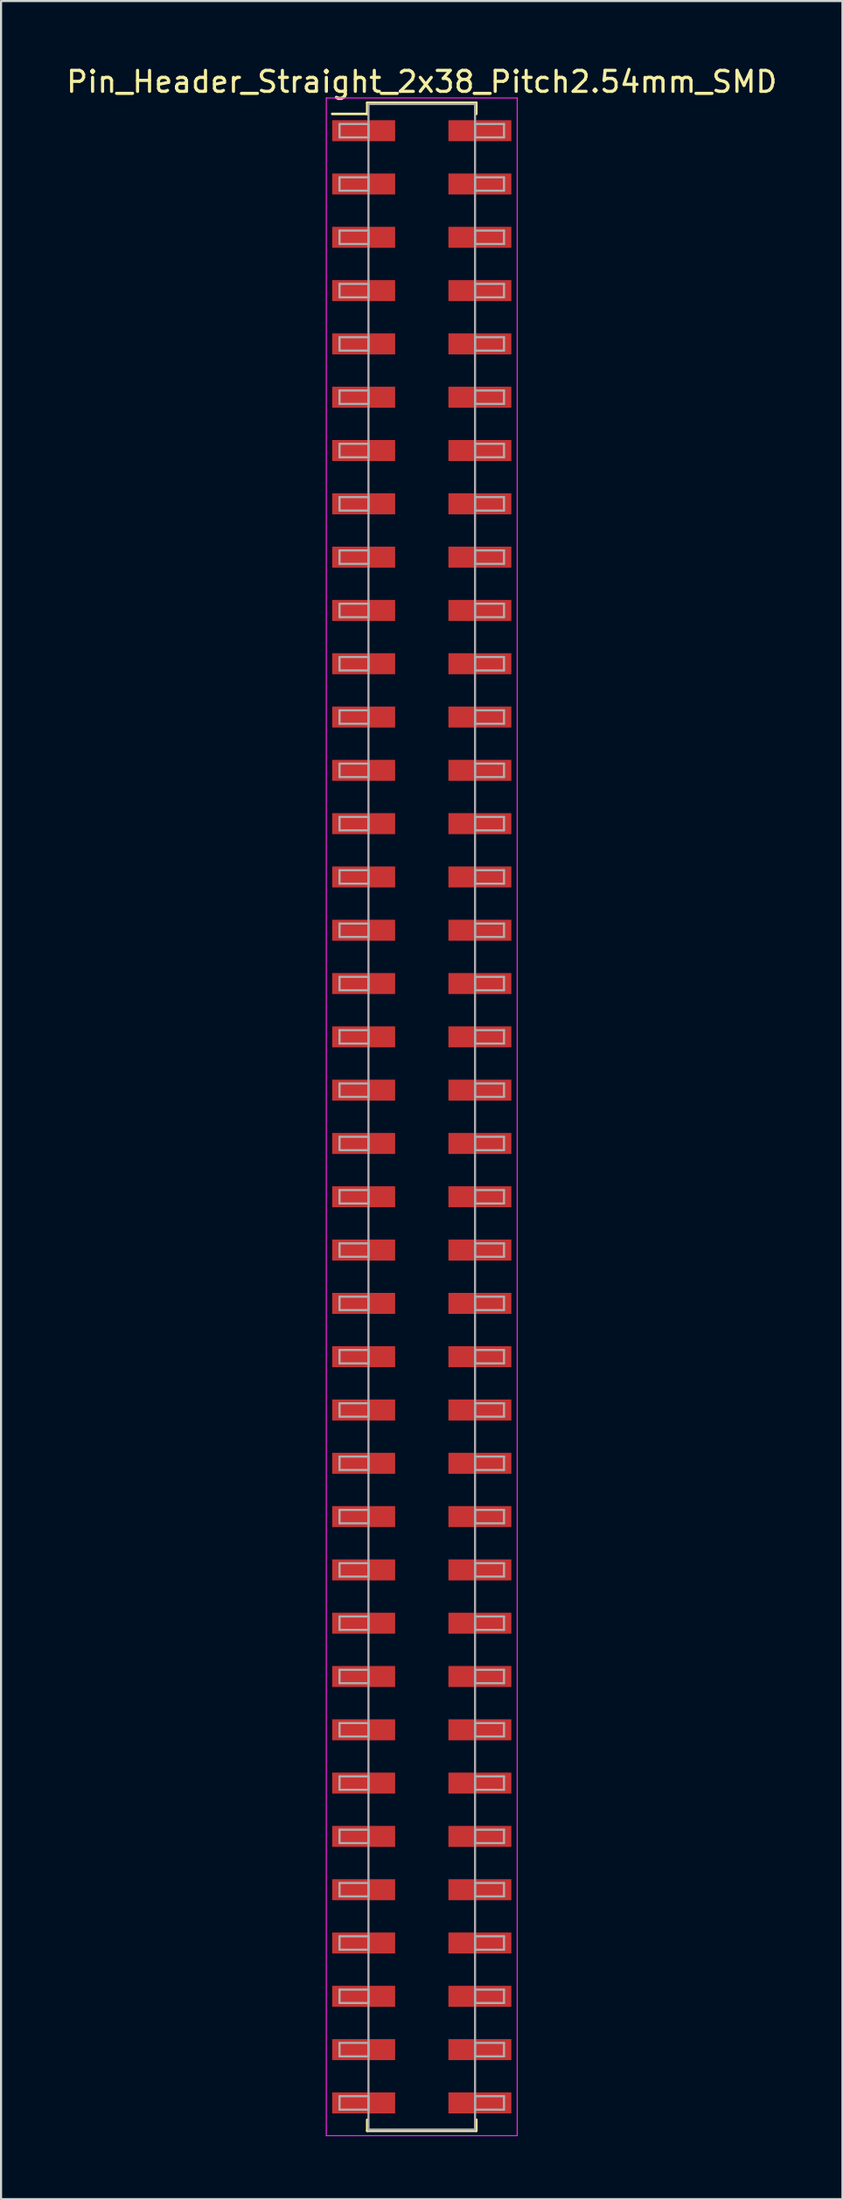
<source format=kicad_pcb>
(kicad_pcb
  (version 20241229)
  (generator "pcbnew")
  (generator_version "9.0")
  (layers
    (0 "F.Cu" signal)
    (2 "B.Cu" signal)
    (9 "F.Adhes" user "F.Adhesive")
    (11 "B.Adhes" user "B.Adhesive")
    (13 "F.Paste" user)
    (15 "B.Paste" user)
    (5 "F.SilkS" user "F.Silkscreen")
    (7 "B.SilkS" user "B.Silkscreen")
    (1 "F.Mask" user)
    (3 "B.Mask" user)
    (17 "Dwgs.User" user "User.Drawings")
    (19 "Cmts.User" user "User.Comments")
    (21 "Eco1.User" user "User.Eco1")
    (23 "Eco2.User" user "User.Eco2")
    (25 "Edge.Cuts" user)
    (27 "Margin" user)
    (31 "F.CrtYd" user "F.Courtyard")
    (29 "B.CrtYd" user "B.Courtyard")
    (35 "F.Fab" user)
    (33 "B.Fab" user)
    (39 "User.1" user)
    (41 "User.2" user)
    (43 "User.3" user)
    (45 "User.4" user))
  (footprint "Pin_Header_Straight_2x38_Pitch2.54mm_SMD"
    (layer "F.Cu")
    (at 17.054 50.168)
    (property "Reference" "Pin_Header_Straight_2x38_Pitch2.54mm_SMD" (at 0 -49.32 0) (layer "F.SilkS") (effects (font (size 1 1) (thickness 0.15))))
    (attr smd)
    (fp_line (start -4.27 -47.79) (end -2.6 -47.79) (stroke (width 0.12) (type solid)) (layer "F.SilkS"))
    (fp_line (start -2.6 -48.32) (end 2.6 -48.32) (stroke (width 0.12) (type solid)) (layer "F.SilkS"))
    (fp_line (start -2.6 -47.79) (end -2.6 -48.32) (stroke (width 0.12) (type solid)) (layer "F.SilkS"))
    (fp_line (start -2.6 47.79) (end -2.6 48.32) (stroke (width 0.12) (type solid)) (layer "F.SilkS"))
    (fp_line (start -2.6 48.32) (end 2.6 48.32) (stroke (width 0.12) (type solid)) (layer "F.SilkS"))
    (fp_line (start 2.6 -48.32) (end 2.6 -47.79) (stroke (width 0.12) (type solid)) (layer "F.SilkS"))
    (fp_line (start 2.6 48.32) (end 2.6 47.79) (stroke (width 0.12) (type solid)) (layer "F.SilkS"))
    (fp_line (start -4.55 -48.55) (end -4.55 48.55) (stroke (width 0.05) (type solid)) (layer "F.CrtYd"))
    (fp_line (start -4.55 48.55) (end 4.55 48.55) (stroke (width 0.05) (type solid)) (layer "F.CrtYd"))
    (fp_line (start 4.55 -48.55) (end -4.55 -48.55) (stroke (width 0.05) (type solid)) (layer "F.CrtYd"))
    (fp_line (start 4.55 48.55) (end 4.55 -48.55) (stroke (width 0.05) (type solid)) (layer "F.CrtYd"))
    (fp_line (start -3.92 -47.31) (end -2.54 -47.31) (stroke (width 0.1) (type solid)) (layer "F.Fab"))
    (fp_line (start -3.92 -46.67) (end -3.92 -47.31) (stroke (width 0.1) (type solid)) (layer "F.Fab"))
    (fp_line (start -3.92 -44.77) (end -2.54 -44.77) (stroke (width 0.1) (type solid)) (layer "F.Fab"))
    (fp_line (start -3.92 -44.13) (end -3.92 -44.77) (stroke (width 0.1) (type solid)) (layer "F.Fab"))
    (fp_line (start -3.92 -42.23) (end -2.54 -42.23) (stroke (width 0.1) (type solid)) (layer "F.Fab"))
    (fp_line (start -3.92 -41.59) (end -3.92 -42.23) (stroke (width 0.1) (type solid)) (layer "F.Fab"))
    (fp_line (start -3.92 -39.69) (end -2.54 -39.69) (stroke (width 0.1) (type solid)) (layer "F.Fab"))
    (fp_line (start -3.92 -39.05) (end -3.92 -39.69) (stroke (width 0.1) (type solid)) (layer "F.Fab"))
    (fp_line (start -3.92 -37.15) (end -2.54 -37.15) (stroke (width 0.1) (type solid)) (layer "F.Fab"))
    (fp_line (start -3.92 -36.51) (end -3.92 -37.15) (stroke (width 0.1) (type solid)) (layer "F.Fab"))
    (fp_line (start -3.92 -34.61) (end -2.54 -34.61) (stroke (width 0.1) (type solid)) (layer "F.Fab"))
    (fp_line (start -3.92 -33.97) (end -3.92 -34.61) (stroke (width 0.1) (type solid)) (layer "F.Fab"))
    (fp_line (start -3.92 -32.07) (end -2.54 -32.07) (stroke (width 0.1) (type solid)) (layer "F.Fab"))
    (fp_line (start -3.92 -31.43) (end -3.92 -32.07) (stroke (width 0.1) (type solid)) (layer "F.Fab"))
    (fp_line (start -3.92 -29.53) (end -2.54 -29.53) (stroke (width 0.1) (type solid)) (layer "F.Fab"))
    (fp_line (start -3.92 -28.89) (end -3.92 -29.53) (stroke (width 0.1) (type solid)) (layer "F.Fab"))
    (fp_line (start -3.92 -26.99) (end -2.54 -26.99) (stroke (width 0.1) (type solid)) (layer "F.Fab"))
    (fp_line (start -3.92 -26.35) (end -3.92 -26.99) (stroke (width 0.1) (type solid)) (layer "F.Fab"))
    (fp_line (start -3.92 -24.45) (end -2.54 -24.45) (stroke (width 0.1) (type solid)) (layer "F.Fab"))
    (fp_line (start -3.92 -23.81) (end -3.92 -24.45) (stroke (width 0.1) (type solid)) (layer "F.Fab"))
    (fp_line (start -3.92 -21.91) (end -2.54 -21.91) (stroke (width 0.1) (type solid)) (layer "F.Fab"))
    (fp_line (start -3.92 -21.27) (end -3.92 -21.91) (stroke (width 0.1) (type solid)) (layer "F.Fab"))
    (fp_line (start -3.92 -19.37) (end -2.54 -19.37) (stroke (width 0.1) (type solid)) (layer "F.Fab"))
    (fp_line (start -3.92 -18.73) (end -3.92 -19.37) (stroke (width 0.1) (type solid)) (layer "F.Fab"))
    (fp_line (start -3.92 -16.83) (end -2.54 -16.83) (stroke (width 0.1) (type solid)) (layer "F.Fab"))
    (fp_line (start -3.92 -16.19) (end -3.92 -16.83) (stroke (width 0.1) (type solid)) (layer "F.Fab"))
    (fp_line (start -3.92 -14.29) (end -2.54 -14.29) (stroke (width 0.1) (type solid)) (layer "F.Fab"))
    (fp_line (start -3.92 -13.65) (end -3.92 -14.29) (stroke (width 0.1) (type solid)) (layer "F.Fab"))
    (fp_line (start -3.92 -11.75) (end -2.54 -11.75) (stroke (width 0.1) (type solid)) (layer "F.Fab"))
    (fp_line (start -3.92 -11.11) (end -3.92 -11.75) (stroke (width 0.1) (type solid)) (layer "F.Fab"))
    (fp_line (start -3.92 -9.21) (end -2.54 -9.21) (stroke (width 0.1) (type solid)) (layer "F.Fab"))
    (fp_line (start -3.92 -8.57) (end -3.92 -9.21) (stroke (width 0.1) (type solid)) (layer "F.Fab"))
    (fp_line (start -3.92 -6.67) (end -2.54 -6.67) (stroke (width 0.1) (type solid)) (layer "F.Fab"))
    (fp_line (start -3.92 -6.03) (end -3.92 -6.67) (stroke (width 0.1) (type solid)) (layer "F.Fab"))
    (fp_line (start -3.92 -4.13) (end -2.54 -4.13) (stroke (width 0.1) (type solid)) (layer "F.Fab"))
    (fp_line (start -3.92 -3.49) (end -3.92 -4.13) (stroke (width 0.1) (type solid)) (layer "F.Fab"))
    (fp_line (start -3.92 -1.59) (end -2.54 -1.59) (stroke (width 0.1) (type solid)) (layer "F.Fab"))
    (fp_line (start -3.92 -0.95) (end -3.92 -1.59) (stroke (width 0.1) (type solid)) (layer "F.Fab"))
    (fp_line (start -3.92 0.95) (end -2.54 0.95) (stroke (width 0.1) (type solid)) (layer "F.Fab"))
    (fp_line (start -3.92 1.59) (end -3.92 0.95) (stroke (width 0.1) (type solid)) (layer "F.Fab"))
    (fp_line (start -3.92 3.49) (end -2.54 3.49) (stroke (width 0.1) (type solid)) (layer "F.Fab"))
    (fp_line (start -3.92 4.13) (end -3.92 3.49) (stroke (width 0.1) (type solid)) (layer "F.Fab"))
    (fp_line (start -3.92 6.03) (end -2.54 6.03) (stroke (width 0.1) (type solid)) (layer "F.Fab"))
    (fp_line (start -3.92 6.67) (end -3.92 6.03) (stroke (width 0.1) (type solid)) (layer "F.Fab"))
    (fp_line (start -3.92 8.57) (end -2.54 8.57) (stroke (width 0.1) (type solid)) (layer "F.Fab"))
    (fp_line (start -3.92 9.21) (end -3.92 8.57) (stroke (width 0.1) (type solid)) (layer "F.Fab"))
    (fp_line (start -3.92 11.11) (end -2.54 11.11) (stroke (width 0.1) (type solid)) (layer "F.Fab"))
    (fp_line (start -3.92 11.75) (end -3.92 11.11) (stroke (width 0.1) (type solid)) (layer "F.Fab"))
    (fp_line (start -3.92 13.65) (end -2.54 13.65) (stroke (width 0.1) (type solid)) (layer "F.Fab"))
    (fp_line (start -3.92 14.29) (end -3.92 13.65) (stroke (width 0.1) (type solid)) (layer "F.Fab"))
    (fp_line (start -3.92 16.19) (end -2.54 16.19) (stroke (width 0.1) (type solid)) (layer "F.Fab"))
    (fp_line (start -3.92 16.83) (end -3.92 16.19) (stroke (width 0.1) (type solid)) (layer "F.Fab"))
    (fp_line (start -3.92 18.73) (end -2.54 18.73) (stroke (width 0.1) (type solid)) (layer "F.Fab"))
    (fp_line (start -3.92 19.37) (end -3.92 18.73) (stroke (width 0.1) (type solid)) (layer "F.Fab"))
    (fp_line (start -3.92 21.27) (end -2.54 21.27) (stroke (width 0.1) (type solid)) (layer "F.Fab"))
    (fp_line (start -3.92 21.91) (end -3.92 21.27) (stroke (width 0.1) (type solid)) (layer "F.Fab"))
    (fp_line (start -3.92 23.81) (end -2.54 23.81) (stroke (width 0.1) (type solid)) (layer "F.Fab"))
    (fp_line (start -3.92 24.45) (end -3.92 23.81) (stroke (width 0.1) (type solid)) (layer "F.Fab"))
    (fp_line (start -3.92 26.35) (end -2.54 26.35) (stroke (width 0.1) (type solid)) (layer "F.Fab"))
    (fp_line (start -3.92 26.99) (end -3.92 26.35) (stroke (width 0.1) (type solid)) (layer "F.Fab"))
    (fp_line (start -3.92 28.89) (end -2.54 28.89) (stroke (width 0.1) (type solid)) (layer "F.Fab"))
    (fp_line (start -3.92 29.53) (end -3.92 28.89) (stroke (width 0.1) (type solid)) (layer "F.Fab"))
    (fp_line (start -3.92 31.43) (end -2.54 31.43) (stroke (width 0.1) (type solid)) (layer "F.Fab"))
    (fp_line (start -3.92 32.07) (end -3.92 31.43) (stroke (width 0.1) (type solid)) (layer "F.Fab"))
    (fp_line (start -3.92 33.97) (end -2.54 33.97) (stroke (width 0.1) (type solid)) (layer "F.Fab"))
    (fp_line (start -3.92 34.61) (end -3.92 33.97) (stroke (width 0.1) (type solid)) (layer "F.Fab"))
    (fp_line (start -3.92 36.51) (end -2.54 36.51) (stroke (width 0.1) (type solid)) (layer "F.Fab"))
    (fp_line (start -3.92 37.15) (end -3.92 36.51) (stroke (width 0.1) (type solid)) (layer "F.Fab"))
    (fp_line (start -3.92 39.05) (end -2.54 39.05) (stroke (width 0.1) (type solid)) (layer "F.Fab"))
    (fp_line (start -3.92 39.69) (end -3.92 39.05) (stroke (width 0.1) (type solid)) (layer "F.Fab"))
    (fp_line (start -3.92 41.59) (end -2.54 41.59) (stroke (width 0.1) (type solid)) (layer "F.Fab"))
    (fp_line (start -3.92 42.23) (end -3.92 41.59) (stroke (width 0.1) (type solid)) (layer "F.Fab"))
    (fp_line (start -3.92 44.13) (end -2.54 44.13) (stroke (width 0.1) (type solid)) (layer "F.Fab"))
    (fp_line (start -3.92 44.77) (end -3.92 44.13) (stroke (width 0.1) (type solid)) (layer "F.Fab"))
    (fp_line (start -3.92 46.67) (end -2.54 46.67) (stroke (width 0.1) (type solid)) (layer "F.Fab"))
    (fp_line (start -3.92 47.31) (end -3.92 46.67) (stroke (width 0.1) (type solid)) (layer "F.Fab"))
    (fp_line (start -2.54 -48.26) (end -2.54 48.26) (stroke (width 0.1) (type solid)) (layer "F.Fab"))
    (fp_line (start -2.54 -47.31) (end -2.54 -46.67) (stroke (width 0.1) (type solid)) (layer "F.Fab"))
    (fp_line (start -2.54 -46.67) (end -3.92 -46.67) (stroke (width 0.1) (type solid)) (layer "F.Fab"))
    (fp_line (start -2.54 -44.77) (end -2.54 -44.13) (stroke (width 0.1) (type solid)) (layer "F.Fab"))
    (fp_line (start -2.54 -44.13) (end -3.92 -44.13) (stroke (width 0.1) (type solid)) (layer "F.Fab"))
    (fp_line (start -2.54 -42.23) (end -2.54 -41.59) (stroke (width 0.1) (type solid)) (layer "F.Fab"))
    (fp_line (start -2.54 -41.59) (end -3.92 -41.59) (stroke (width 0.1) (type solid)) (layer "F.Fab"))
    (fp_line (start -2.54 -39.69) (end -2.54 -39.05) (stroke (width 0.1) (type solid)) (layer "F.Fab"))
    (fp_line (start -2.54 -39.05) (end -3.92 -39.05) (stroke (width 0.1) (type solid)) (layer "F.Fab"))
    (fp_line (start -2.54 -37.15) (end -2.54 -36.51) (stroke (width 0.1) (type solid)) (layer "F.Fab"))
    (fp_line (start -2.54 -36.51) (end -3.92 -36.51) (stroke (width 0.1) (type solid)) (layer "F.Fab"))
    (fp_line (start -2.54 -34.61) (end -2.54 -33.97) (stroke (width 0.1) (type solid)) (layer "F.Fab"))
    (fp_line (start -2.54 -33.97) (end -3.92 -33.97) (stroke (width 0.1) (type solid)) (layer "F.Fab"))
    (fp_line (start -2.54 -32.07) (end -2.54 -31.43) (stroke (width 0.1) (type solid)) (layer "F.Fab"))
    (fp_line (start -2.54 -31.43) (end -3.92 -31.43) (stroke (width 0.1) (type solid)) (layer "F.Fab"))
    (fp_line (start -2.54 -29.53) (end -2.54 -28.89) (stroke (width 0.1) (type solid)) (layer "F.Fab"))
    (fp_line (start -2.54 -28.89) (end -3.92 -28.89) (stroke (width 0.1) (type solid)) (layer "F.Fab"))
    (fp_line (start -2.54 -26.99) (end -2.54 -26.35) (stroke (width 0.1) (type solid)) (layer "F.Fab"))
    (fp_line (start -2.54 -26.35) (end -3.92 -26.35) (stroke (width 0.1) (type solid)) (layer "F.Fab"))
    (fp_line (start -2.54 -24.45) (end -2.54 -23.81) (stroke (width 0.1) (type solid)) (layer "F.Fab"))
    (fp_line (start -2.54 -23.81) (end -3.92 -23.81) (stroke (width 0.1) (type solid)) (layer "F.Fab"))
    (fp_line (start -2.54 -21.91) (end -2.54 -21.27) (stroke (width 0.1) (type solid)) (layer "F.Fab"))
    (fp_line (start -2.54 -21.27) (end -3.92 -21.27) (stroke (width 0.1) (type solid)) (layer "F.Fab"))
    (fp_line (start -2.54 -19.37) (end -2.54 -18.73) (stroke (width 0.1) (type solid)) (layer "F.Fab"))
    (fp_line (start -2.54 -18.73) (end -3.92 -18.73) (stroke (width 0.1) (type solid)) (layer "F.Fab"))
    (fp_line (start -2.54 -16.83) (end -2.54 -16.19) (stroke (width 0.1) (type solid)) (layer "F.Fab"))
    (fp_line (start -2.54 -16.19) (end -3.92 -16.19) (stroke (width 0.1) (type solid)) (layer "F.Fab"))
    (fp_line (start -2.54 -14.29) (end -2.54 -13.65) (stroke (width 0.1) (type solid)) (layer "F.Fab"))
    (fp_line (start -2.54 -13.65) (end -3.92 -13.65) (stroke (width 0.1) (type solid)) (layer "F.Fab"))
    (fp_line (start -2.54 -11.75) (end -2.54 -11.11) (stroke (width 0.1) (type solid)) (layer "F.Fab"))
    (fp_line (start -2.54 -11.11) (end -3.92 -11.11) (stroke (width 0.1) (type solid)) (layer "F.Fab"))
    (fp_line (start -2.54 -9.21) (end -2.54 -8.57) (stroke (width 0.1) (type solid)) (layer "F.Fab"))
    (fp_line (start -2.54 -8.57) (end -3.92 -8.57) (stroke (width 0.1) (type solid)) (layer "F.Fab"))
    (fp_line (start -2.54 -6.67) (end -2.54 -6.03) (stroke (width 0.1) (type solid)) (layer "F.Fab"))
    (fp_line (start -2.54 -6.03) (end -3.92 -6.03) (stroke (width 0.1) (type solid)) (layer "F.Fab"))
    (fp_line (start -2.54 -4.13) (end -2.54 -3.49) (stroke (width 0.1) (type solid)) (layer "F.Fab"))
    (fp_line (start -2.54 -3.49) (end -3.92 -3.49) (stroke (width 0.1) (type solid)) (layer "F.Fab"))
    (fp_line (start -2.54 -1.59) (end -2.54 -0.95) (stroke (width 0.1) (type solid)) (layer "F.Fab"))
    (fp_line (start -2.54 -0.95) (end -3.92 -0.95) (stroke (width 0.1) (type solid)) (layer "F.Fab"))
    (fp_line (start -2.54 0.95) (end -2.54 1.59) (stroke (width 0.1) (type solid)) (layer "F.Fab"))
    (fp_line (start -2.54 1.59) (end -3.92 1.59) (stroke (width 0.1) (type solid)) (layer "F.Fab"))
    (fp_line (start -2.54 3.49) (end -2.54 4.13) (stroke (width 0.1) (type solid)) (layer "F.Fab"))
    (fp_line (start -2.54 4.13) (end -3.92 4.13) (stroke (width 0.1) (type solid)) (layer "F.Fab"))
    (fp_line (start -2.54 6.03) (end -2.54 6.67) (stroke (width 0.1) (type solid)) (layer "F.Fab"))
    (fp_line (start -2.54 6.67) (end -3.92 6.67) (stroke (width 0.1) (type solid)) (layer "F.Fab"))
    (fp_line (start -2.54 8.57) (end -2.54 9.21) (stroke (width 0.1) (type solid)) (layer "F.Fab"))
    (fp_line (start -2.54 9.21) (end -3.92 9.21) (stroke (width 0.1) (type solid)) (layer "F.Fab"))
    (fp_line (start -2.54 11.11) (end -2.54 11.75) (stroke (width 0.1) (type solid)) (layer "F.Fab"))
    (fp_line (start -2.54 11.75) (end -3.92 11.75) (stroke (width 0.1) (type solid)) (layer "F.Fab"))
    (fp_line (start -2.54 13.65) (end -2.54 14.29) (stroke (width 0.1) (type solid)) (layer "F.Fab"))
    (fp_line (start -2.54 14.29) (end -3.92 14.29) (stroke (width 0.1) (type solid)) (layer "F.Fab"))
    (fp_line (start -2.54 16.19) (end -2.54 16.83) (stroke (width 0.1) (type solid)) (layer "F.Fab"))
    (fp_line (start -2.54 16.83) (end -3.92 16.83) (stroke (width 0.1) (type solid)) (layer "F.Fab"))
    (fp_line (start -2.54 18.73) (end -2.54 19.37) (stroke (width 0.1) (type solid)) (layer "F.Fab"))
    (fp_line (start -2.54 19.37) (end -3.92 19.37) (stroke (width 0.1) (type solid)) (layer "F.Fab"))
    (fp_line (start -2.54 21.27) (end -2.54 21.91) (stroke (width 0.1) (type solid)) (layer "F.Fab"))
    (fp_line (start -2.54 21.91) (end -3.92 21.91) (stroke (width 0.1) (type solid)) (layer "F.Fab"))
    (fp_line (start -2.54 23.81) (end -2.54 24.45) (stroke (width 0.1) (type solid)) (layer "F.Fab"))
    (fp_line (start -2.54 24.45) (end -3.92 24.45) (stroke (width 0.1) (type solid)) (layer "F.Fab"))
    (fp_line (start -2.54 26.35) (end -2.54 26.99) (stroke (width 0.1) (type solid)) (layer "F.Fab"))
    (fp_line (start -2.54 26.99) (end -3.92 26.99) (stroke (width 0.1) (type solid)) (layer "F.Fab"))
    (fp_line (start -2.54 28.89) (end -2.54 29.53) (stroke (width 0.1) (type solid)) (layer "F.Fab"))
    (fp_line (start -2.54 29.53) (end -3.92 29.53) (stroke (width 0.1) (type solid)) (layer "F.Fab"))
    (fp_line (start -2.54 31.43) (end -2.54 32.07) (stroke (width 0.1) (type solid)) (layer "F.Fab"))
    (fp_line (start -2.54 32.07) (end -3.92 32.07) (stroke (width 0.1) (type solid)) (layer "F.Fab"))
    (fp_line (start -2.54 33.97) (end -2.54 34.61) (stroke (width 0.1) (type solid)) (layer "F.Fab"))
    (fp_line (start -2.54 34.61) (end -3.92 34.61) (stroke (width 0.1) (type solid)) (layer "F.Fab"))
    (fp_line (start -2.54 36.51) (end -2.54 37.15) (stroke (width 0.1) (type solid)) (layer "F.Fab"))
    (fp_line (start -2.54 37.15) (end -3.92 37.15) (stroke (width 0.1) (type solid)) (layer "F.Fab"))
    (fp_line (start -2.54 39.05) (end -2.54 39.69) (stroke (width 0.1) (type solid)) (layer "F.Fab"))
    (fp_line (start -2.54 39.69) (end -3.92 39.69) (stroke (width 0.1) (type solid)) (layer "F.Fab"))
    (fp_line (start -2.54 41.59) (end -2.54 42.23) (stroke (width 0.1) (type solid)) (layer "F.Fab"))
    (fp_line (start -2.54 42.23) (end -3.92 42.23) (stroke (width 0.1) (type solid)) (layer "F.Fab"))
    (fp_line (start -2.54 44.13) (end -2.54 44.77) (stroke (width 0.1) (type solid)) (layer "F.Fab"))
    (fp_line (start -2.54 44.77) (end -3.92 44.77) (stroke (width 0.1) (type solid)) (layer "F.Fab"))
    (fp_line (start -2.54 46.67) (end -2.54 47.31) (stroke (width 0.1) (type solid)) (layer "F.Fab"))
    (fp_line (start -2.54 47.31) (end -3.92 47.31) (stroke (width 0.1) (type solid)) (layer "F.Fab"))
    (fp_line (start -2.54 48.26) (end 2.54 48.26) (stroke (width 0.1) (type solid)) (layer "F.Fab"))
    (fp_line (start 2.54 -48.26) (end -2.54 -48.26) (stroke (width 0.1) (type solid)) (layer "F.Fab"))
    (fp_line (start 2.54 -47.31) (end 2.54 -46.67) (stroke (width 0.1) (type solid)) (layer "F.Fab"))
    (fp_line (start 2.54 -46.67) (end 3.92 -46.67) (stroke (width 0.1) (type solid)) (layer "F.Fab"))
    (fp_line (start 2.54 -44.77) (end 2.54 -44.13) (stroke (width 0.1) (type solid)) (layer "F.Fab"))
    (fp_line (start 2.54 -44.13) (end 3.92 -44.13) (stroke (width 0.1) (type solid)) (layer "F.Fab"))
    (fp_line (start 2.54 -42.23) (end 2.54 -41.59) (stroke (width 0.1) (type solid)) (layer "F.Fab"))
    (fp_line (start 2.54 -41.59) (end 3.92 -41.59) (stroke (width 0.1) (type solid)) (layer "F.Fab"))
    (fp_line (start 2.54 -39.69) (end 2.54 -39.05) (stroke (width 0.1) (type solid)) (layer "F.Fab"))
    (fp_line (start 2.54 -39.05) (end 3.92 -39.05) (stroke (width 0.1) (type solid)) (layer "F.Fab"))
    (fp_line (start 2.54 -37.15) (end 2.54 -36.51) (stroke (width 0.1) (type solid)) (layer "F.Fab"))
    (fp_line (start 2.54 -36.51) (end 3.92 -36.51) (stroke (width 0.1) (type solid)) (layer "F.Fab"))
    (fp_line (start 2.54 -34.61) (end 2.54 -33.97) (stroke (width 0.1) (type solid)) (layer "F.Fab"))
    (fp_line (start 2.54 -33.97) (end 3.92 -33.97) (stroke (width 0.1) (type solid)) (layer "F.Fab"))
    (fp_line (start 2.54 -32.07) (end 2.54 -31.43) (stroke (width 0.1) (type solid)) (layer "F.Fab"))
    (fp_line (start 2.54 -31.43) (end 3.92 -31.43) (stroke (width 0.1) (type solid)) (layer "F.Fab"))
    (fp_line (start 2.54 -29.53) (end 2.54 -28.89) (stroke (width 0.1) (type solid)) (layer "F.Fab"))
    (fp_line (start 2.54 -28.89) (end 3.92 -28.89) (stroke (width 0.1) (type solid)) (layer "F.Fab"))
    (fp_line (start 2.54 -26.99) (end 2.54 -26.35) (stroke (width 0.1) (type solid)) (layer "F.Fab"))
    (fp_line (start 2.54 -26.35) (end 3.92 -26.35) (stroke (width 0.1) (type solid)) (layer "F.Fab"))
    (fp_line (start 2.54 -24.45) (end 2.54 -23.81) (stroke (width 0.1) (type solid)) (layer "F.Fab"))
    (fp_line (start 2.54 -23.81) (end 3.92 -23.81) (stroke (width 0.1) (type solid)) (layer "F.Fab"))
    (fp_line (start 2.54 -21.91) (end 2.54 -21.27) (stroke (width 0.1) (type solid)) (layer "F.Fab"))
    (fp_line (start 2.54 -21.27) (end 3.92 -21.27) (stroke (width 0.1) (type solid)) (layer "F.Fab"))
    (fp_line (start 2.54 -19.37) (end 2.54 -18.73) (stroke (width 0.1) (type solid)) (layer "F.Fab"))
    (fp_line (start 2.54 -18.73) (end 3.92 -18.73) (stroke (width 0.1) (type solid)) (layer "F.Fab"))
    (fp_line (start 2.54 -16.83) (end 2.54 -16.19) (stroke (width 0.1) (type solid)) (layer "F.Fab"))
    (fp_line (start 2.54 -16.19) (end 3.92 -16.19) (stroke (width 0.1) (type solid)) (layer "F.Fab"))
    (fp_line (start 2.54 -14.29) (end 2.54 -13.65) (stroke (width 0.1) (type solid)) (layer "F.Fab"))
    (fp_line (start 2.54 -13.65) (end 3.92 -13.65) (stroke (width 0.1) (type solid)) (layer "F.Fab"))
    (fp_line (start 2.54 -11.75) (end 2.54 -11.11) (stroke (width 0.1) (type solid)) (layer "F.Fab"))
    (fp_line (start 2.54 -11.11) (end 3.92 -11.11) (stroke (width 0.1) (type solid)) (layer "F.Fab"))
    (fp_line (start 2.54 -9.21) (end 2.54 -8.57) (stroke (width 0.1) (type solid)) (layer "F.Fab"))
    (fp_line (start 2.54 -8.57) (end 3.92 -8.57) (stroke (width 0.1) (type solid)) (layer "F.Fab"))
    (fp_line (start 2.54 -6.67) (end 2.54 -6.03) (stroke (width 0.1) (type solid)) (layer "F.Fab"))
    (fp_line (start 2.54 -6.03) (end 3.92 -6.03) (stroke (width 0.1) (type solid)) (layer "F.Fab"))
    (fp_line (start 2.54 -4.13) (end 2.54 -3.49) (stroke (width 0.1) (type solid)) (layer "F.Fab"))
    (fp_line (start 2.54 -3.49) (end 3.92 -3.49) (stroke (width 0.1) (type solid)) (layer "F.Fab"))
    (fp_line (start 2.54 -1.59) (end 2.54 -0.95) (stroke (width 0.1) (type solid)) (layer "F.Fab"))
    (fp_line (start 2.54 -0.95) (end 3.92 -0.95) (stroke (width 0.1) (type solid)) (layer "F.Fab"))
    (fp_line (start 2.54 0.95) (end 2.54 1.59) (stroke (width 0.1) (type solid)) (layer "F.Fab"))
    (fp_line (start 2.54 1.59) (end 3.92 1.59) (stroke (width 0.1) (type solid)) (layer "F.Fab"))
    (fp_line (start 2.54 3.49) (end 2.54 4.13) (stroke (width 0.1) (type solid)) (layer "F.Fab"))
    (fp_line (start 2.54 4.13) (end 3.92 4.13) (stroke (width 0.1) (type solid)) (layer "F.Fab"))
    (fp_line (start 2.54 6.03) (end 2.54 6.67) (stroke (width 0.1) (type solid)) (layer "F.Fab"))
    (fp_line (start 2.54 6.67) (end 3.92 6.67) (stroke (width 0.1) (type solid)) (layer "F.Fab"))
    (fp_line (start 2.54 8.57) (end 2.54 9.21) (stroke (width 0.1) (type solid)) (layer "F.Fab"))
    (fp_line (start 2.54 9.21) (end 3.92 9.21) (stroke (width 0.1) (type solid)) (layer "F.Fab"))
    (fp_line (start 2.54 11.11) (end 2.54 11.75) (stroke (width 0.1) (type solid)) (layer "F.Fab"))
    (fp_line (start 2.54 11.75) (end 3.92 11.75) (stroke (width 0.1) (type solid)) (layer "F.Fab"))
    (fp_line (start 2.54 13.65) (end 2.54 14.29) (stroke (width 0.1) (type solid)) (layer "F.Fab"))
    (fp_line (start 2.54 14.29) (end 3.92 14.29) (stroke (width 0.1) (type solid)) (layer "F.Fab"))
    (fp_line (start 2.54 16.19) (end 2.54 16.83) (stroke (width 0.1) (type solid)) (layer "F.Fab"))
    (fp_line (start 2.54 16.83) (end 3.92 16.83) (stroke (width 0.1) (type solid)) (layer "F.Fab"))
    (fp_line (start 2.54 18.73) (end 2.54 19.37) (stroke (width 0.1) (type solid)) (layer "F.Fab"))
    (fp_line (start 2.54 19.37) (end 3.92 19.37) (stroke (width 0.1) (type solid)) (layer "F.Fab"))
    (fp_line (start 2.54 21.27) (end 2.54 21.91) (stroke (width 0.1) (type solid)) (layer "F.Fab"))
    (fp_line (start 2.54 21.91) (end 3.92 21.91) (stroke (width 0.1) (type solid)) (layer "F.Fab"))
    (fp_line (start 2.54 23.81) (end 2.54 24.45) (stroke (width 0.1) (type solid)) (layer "F.Fab"))
    (fp_line (start 2.54 24.45) (end 3.92 24.45) (stroke (width 0.1) (type solid)) (layer "F.Fab"))
    (fp_line (start 2.54 26.35) (end 2.54 26.99) (stroke (width 0.1) (type solid)) (layer "F.Fab"))
    (fp_line (start 2.54 26.99) (end 3.92 26.99) (stroke (width 0.1) (type solid)) (layer "F.Fab"))
    (fp_line (start 2.54 28.89) (end 2.54 29.53) (stroke (width 0.1) (type solid)) (layer "F.Fab"))
    (fp_line (start 2.54 29.53) (end 3.92 29.53) (stroke (width 0.1) (type solid)) (layer "F.Fab"))
    (fp_line (start 2.54 31.43) (end 2.54 32.07) (stroke (width 0.1) (type solid)) (layer "F.Fab"))
    (fp_line (start 2.54 32.07) (end 3.92 32.07) (stroke (width 0.1) (type solid)) (layer "F.Fab"))
    (fp_line (start 2.54 33.97) (end 2.54 34.61) (stroke (width 0.1) (type solid)) (layer "F.Fab"))
    (fp_line (start 2.54 34.61) (end 3.92 34.61) (stroke (width 0.1) (type solid)) (layer "F.Fab"))
    (fp_line (start 2.54 36.51) (end 2.54 37.15) (stroke (width 0.1) (type solid)) (layer "F.Fab"))
    (fp_line (start 2.54 37.15) (end 3.92 37.15) (stroke (width 0.1) (type solid)) (layer "F.Fab"))
    (fp_line (start 2.54 39.05) (end 2.54 39.69) (stroke (width 0.1) (type solid)) (layer "F.Fab"))
    (fp_line (start 2.54 39.69) (end 3.92 39.69) (stroke (width 0.1) (type solid)) (layer "F.Fab"))
    (fp_line (start 2.54 41.59) (end 2.54 42.23) (stroke (width 0.1) (type solid)) (layer "F.Fab"))
    (fp_line (start 2.54 42.23) (end 3.92 42.23) (stroke (width 0.1) (type solid)) (layer "F.Fab"))
    (fp_line (start 2.54 44.13) (end 2.54 44.77) (stroke (width 0.1) (type solid)) (layer "F.Fab"))
    (fp_line (start 2.54 44.77) (end 3.92 44.77) (stroke (width 0.1) (type solid)) (layer "F.Fab"))
    (fp_line (start 2.54 46.67) (end 2.54 47.31) (stroke (width 0.1) (type solid)) (layer "F.Fab"))
    (fp_line (start 2.54 47.31) (end 3.92 47.31) (stroke (width 0.1) (type solid)) (layer "F.Fab"))
    (fp_line (start 2.54 48.26) (end 2.54 -48.26) (stroke (width 0.1) (type solid)) (layer "F.Fab"))
    (fp_line (start 3.92 -47.31) (end 2.54 -47.31) (stroke (width 0.1) (type solid)) (layer "F.Fab"))
    (fp_line (start 3.92 -46.67) (end 3.92 -47.31) (stroke (width 0.1) (type solid)) (layer "F.Fab"))
    (fp_line (start 3.92 -44.77) (end 2.54 -44.77) (stroke (width 0.1) (type solid)) (layer "F.Fab"))
    (fp_line (start 3.92 -44.13) (end 3.92 -44.77) (stroke (width 0.1) (type solid)) (layer "F.Fab"))
    (fp_line (start 3.92 -42.23) (end 2.54 -42.23) (stroke (width 0.1) (type solid)) (layer "F.Fab"))
    (fp_line (start 3.92 -41.59) (end 3.92 -42.23) (stroke (width 0.1) (type solid)) (layer "F.Fab"))
    (fp_line (start 3.92 -39.69) (end 2.54 -39.69) (stroke (width 0.1) (type solid)) (layer "F.Fab"))
    (fp_line (start 3.92 -39.05) (end 3.92 -39.69) (stroke (width 0.1) (type solid)) (layer "F.Fab"))
    (fp_line (start 3.92 -37.15) (end 2.54 -37.15) (stroke (width 0.1) (type solid)) (layer "F.Fab"))
    (fp_line (start 3.92 -36.51) (end 3.92 -37.15) (stroke (width 0.1) (type solid)) (layer "F.Fab"))
    (fp_line (start 3.92 -34.61) (end 2.54 -34.61) (stroke (width 0.1) (type solid)) (layer "F.Fab"))
    (fp_line (start 3.92 -33.97) (end 3.92 -34.61) (stroke (width 0.1) (type solid)) (layer "F.Fab"))
    (fp_line (start 3.92 -32.07) (end 2.54 -32.07) (stroke (width 0.1) (type solid)) (layer "F.Fab"))
    (fp_line (start 3.92 -31.43) (end 3.92 -32.07) (stroke (width 0.1) (type solid)) (layer "F.Fab"))
    (fp_line (start 3.92 -29.53) (end 2.54 -29.53) (stroke (width 0.1) (type solid)) (layer "F.Fab"))
    (fp_line (start 3.92 -28.89) (end 3.92 -29.53) (stroke (width 0.1) (type solid)) (layer "F.Fab"))
    (fp_line (start 3.92 -26.99) (end 2.54 -26.99) (stroke (width 0.1) (type solid)) (layer "F.Fab"))
    (fp_line (start 3.92 -26.35) (end 3.92 -26.99) (stroke (width 0.1) (type solid)) (layer "F.Fab"))
    (fp_line (start 3.92 -24.45) (end 2.54 -24.45) (stroke (width 0.1) (type solid)) (layer "F.Fab"))
    (fp_line (start 3.92 -23.81) (end 3.92 -24.45) (stroke (width 0.1) (type solid)) (layer "F.Fab"))
    (fp_line (start 3.92 -21.91) (end 2.54 -21.91) (stroke (width 0.1) (type solid)) (layer "F.Fab"))
    (fp_line (start 3.92 -21.27) (end 3.92 -21.91) (stroke (width 0.1) (type solid)) (layer "F.Fab"))
    (fp_line (start 3.92 -19.37) (end 2.54 -19.37) (stroke (width 0.1) (type solid)) (layer "F.Fab"))
    (fp_line (start 3.92 -18.73) (end 3.92 -19.37) (stroke (width 0.1) (type solid)) (layer "F.Fab"))
    (fp_line (start 3.92 -16.83) (end 2.54 -16.83) (stroke (width 0.1) (type solid)) (layer "F.Fab"))
    (fp_line (start 3.92 -16.19) (end 3.92 -16.83) (stroke (width 0.1) (type solid)) (layer "F.Fab"))
    (fp_line (start 3.92 -14.29) (end 2.54 -14.29) (stroke (width 0.1) (type solid)) (layer "F.Fab"))
    (fp_line (start 3.92 -13.65) (end 3.92 -14.29) (stroke (width 0.1) (type solid)) (layer "F.Fab"))
    (fp_line (start 3.92 -11.75) (end 2.54 -11.75) (stroke (width 0.1) (type solid)) (layer "F.Fab"))
    (fp_line (start 3.92 -11.11) (end 3.92 -11.75) (stroke (width 0.1) (type solid)) (layer "F.Fab"))
    (fp_line (start 3.92 -9.21) (end 2.54 -9.21) (stroke (width 0.1) (type solid)) (layer "F.Fab"))
    (fp_line (start 3.92 -8.57) (end 3.92 -9.21) (stroke (width 0.1) (type solid)) (layer "F.Fab"))
    (fp_line (start 3.92 -6.67) (end 2.54 -6.67) (stroke (width 0.1) (type solid)) (layer "F.Fab"))
    (fp_line (start 3.92 -6.03) (end 3.92 -6.67) (stroke (width 0.1) (type solid)) (layer "F.Fab"))
    (fp_line (start 3.92 -4.13) (end 2.54 -4.13) (stroke (width 0.1) (type solid)) (layer "F.Fab"))
    (fp_line (start 3.92 -3.49) (end 3.92 -4.13) (stroke (width 0.1) (type solid)) (layer "F.Fab"))
    (fp_line (start 3.92 -1.59) (end 2.54 -1.59) (stroke (width 0.1) (type solid)) (layer "F.Fab"))
    (fp_line (start 3.92 -0.95) (end 3.92 -1.59) (stroke (width 0.1) (type solid)) (layer "F.Fab"))
    (fp_line (start 3.92 0.95) (end 2.54 0.95) (stroke (width 0.1) (type solid)) (layer "F.Fab"))
    (fp_line (start 3.92 1.59) (end 3.92 0.95) (stroke (width 0.1) (type solid)) (layer "F.Fab"))
    (fp_line (start 3.92 3.49) (end 2.54 3.49) (stroke (width 0.1) (type solid)) (layer "F.Fab"))
    (fp_line (start 3.92 4.13) (end 3.92 3.49) (stroke (width 0.1) (type solid)) (layer "F.Fab"))
    (fp_line (start 3.92 6.03) (end 2.54 6.03) (stroke (width 0.1) (type solid)) (layer "F.Fab"))
    (fp_line (start 3.92 6.67) (end 3.92 6.03) (stroke (width 0.1) (type solid)) (layer "F.Fab"))
    (fp_line (start 3.92 8.57) (end 2.54 8.57) (stroke (width 0.1) (type solid)) (layer "F.Fab"))
    (fp_line (start 3.92 9.21) (end 3.92 8.57) (stroke (width 0.1) (type solid)) (layer "F.Fab"))
    (fp_line (start 3.92 11.11) (end 2.54 11.11) (stroke (width 0.1) (type solid)) (layer "F.Fab"))
    (fp_line (start 3.92 11.75) (end 3.92 11.11) (stroke (width 0.1) (type solid)) (layer "F.Fab"))
    (fp_line (start 3.92 13.65) (end 2.54 13.65) (stroke (width 0.1) (type solid)) (layer "F.Fab"))
    (fp_line (start 3.92 14.29) (end 3.92 13.65) (stroke (width 0.1) (type solid)) (layer "F.Fab"))
    (fp_line (start 3.92 16.19) (end 2.54 16.19) (stroke (width 0.1) (type solid)) (layer "F.Fab"))
    (fp_line (start 3.92 16.83) (end 3.92 16.19) (stroke (width 0.1) (type solid)) (layer "F.Fab"))
    (fp_line (start 3.92 18.73) (end 2.54 18.73) (stroke (width 0.1) (type solid)) (layer "F.Fab"))
    (fp_line (start 3.92 19.37) (end 3.92 18.73) (stroke (width 0.1) (type solid)) (layer "F.Fab"))
    (fp_line (start 3.92 21.27) (end 2.54 21.27) (stroke (width 0.1) (type solid)) (layer "F.Fab"))
    (fp_line (start 3.92 21.91) (end 3.92 21.27) (stroke (width 0.1) (type solid)) (layer "F.Fab"))
    (fp_line (start 3.92 23.81) (end 2.54 23.81) (stroke (width 0.1) (type solid)) (layer "F.Fab"))
    (fp_line (start 3.92 24.45) (end 3.92 23.81) (stroke (width 0.1) (type solid)) (layer "F.Fab"))
    (fp_line (start 3.92 26.35) (end 2.54 26.35) (stroke (width 0.1) (type solid)) (layer "F.Fab"))
    (fp_line (start 3.92 26.99) (end 3.92 26.35) (stroke (width 0.1) (type solid)) (layer "F.Fab"))
    (fp_line (start 3.92 28.89) (end 2.54 28.89) (stroke (width 0.1) (type solid)) (layer "F.Fab"))
    (fp_line (start 3.92 29.53) (end 3.92 28.89) (stroke (width 0.1) (type solid)) (layer "F.Fab"))
    (fp_line (start 3.92 31.43) (end 2.54 31.43) (stroke (width 0.1) (type solid)) (layer "F.Fab"))
    (fp_line (start 3.92 32.07) (end 3.92 31.43) (stroke (width 0.1) (type solid)) (layer "F.Fab"))
    (fp_line (start 3.92 33.97) (end 2.54 33.97) (stroke (width 0.1) (type solid)) (layer "F.Fab"))
    (fp_line (start 3.92 34.61) (end 3.92 33.97) (stroke (width 0.1) (type solid)) (layer "F.Fab"))
    (fp_line (start 3.92 36.51) (end 2.54 36.51) (stroke (width 0.1) (type solid)) (layer "F.Fab"))
    (fp_line (start 3.92 37.15) (end 3.92 36.51) (stroke (width 0.1) (type solid)) (layer "F.Fab"))
    (fp_line (start 3.92 39.05) (end 2.54 39.05) (stroke (width 0.1) (type solid)) (layer "F.Fab"))
    (fp_line (start 3.92 39.69) (end 3.92 39.05) (stroke (width 0.1) (type solid)) (layer "F.Fab"))
    (fp_line (start 3.92 41.59) (end 2.54 41.59) (stroke (width 0.1) (type solid)) (layer "F.Fab"))
    (fp_line (start 3.92 42.23) (end 3.92 41.59) (stroke (width 0.1) (type solid)) (layer "F.Fab"))
    (fp_line (start 3.92 44.13) (end 2.54 44.13) (stroke (width 0.1) (type solid)) (layer "F.Fab"))
    (fp_line (start 3.92 44.77) (end 3.92 44.13) (stroke (width 0.1) (type solid)) (layer "F.Fab"))
    (fp_line (start 3.92 46.67) (end 2.54 46.67) (stroke (width 0.1) (type solid)) (layer "F.Fab"))
    (fp_line (start 3.92 47.31) (end 3.92 46.67) (stroke (width 0.1) (type solid)) (layer "F.Fab"))
    (pad "1" smd rect (at -2.77 -46.99) (size 3 1) (layers "F.Cu" "F.Mask"))
    (pad "2" smd rect (at 2.77 -46.99) (size 3 1) (layers "F.Cu" "F.Mask"))
    (pad "3" smd rect (at -2.77 -44.45) (size 3 1) (layers "F.Cu" "F.Mask"))
    (pad "4" smd rect (at 2.77 -44.45) (size 3 1) (layers "F.Cu" "F.Mask"))
    (pad "5" smd rect (at -2.77 -41.91) (size 3 1) (layers "F.Cu" "F.Mask"))
    (pad "6" smd rect (at 2.77 -41.91) (size 3 1) (layers "F.Cu" "F.Mask"))
    (pad "7" smd rect (at -2.77 -39.37) (size 3 1) (layers "F.Cu" "F.Mask"))
    (pad "8" smd rect (at 2.77 -39.37) (size 3 1) (layers "F.Cu" "F.Mask"))
    (pad "9" smd rect (at -2.77 -36.83) (size 3 1) (layers "F.Cu" "F.Mask"))
    (pad "10" smd rect (at 2.77 -36.83) (size 3 1) (layers "F.Cu" "F.Mask"))
    (pad "11" smd rect (at -2.77 -34.29) (size 3 1) (layers "F.Cu" "F.Mask"))
    (pad "12" smd rect (at 2.77 -34.29) (size 3 1) (layers "F.Cu" "F.Mask"))
    (pad "13" smd rect (at -2.77 -31.75) (size 3 1) (layers "F.Cu" "F.Mask"))
    (pad "14" smd rect (at 2.77 -31.75) (size 3 1) (layers "F.Cu" "F.Mask"))
    (pad "15" smd rect (at -2.77 -29.21) (size 3 1) (layers "F.Cu" "F.Mask"))
    (pad "16" smd rect (at 2.77 -29.21) (size 3 1) (layers "F.Cu" "F.Mask"))
    (pad "17" smd rect (at -2.77 -26.67) (size 3 1) (layers "F.Cu" "F.Mask"))
    (pad "18" smd rect (at 2.77 -26.67) (size 3 1) (layers "F.Cu" "F.Mask"))
    (pad "19" smd rect (at -2.77 -24.13) (size 3 1) (layers "F.Cu" "F.Mask"))
    (pad "20" smd rect (at 2.77 -24.13) (size 3 1) (layers "F.Cu" "F.Mask"))
    (pad "21" smd rect (at -2.77 -21.59) (size 3 1) (layers "F.Cu" "F.Mask"))
    (pad "22" smd rect (at 2.77 -21.59) (size 3 1) (layers "F.Cu" "F.Mask"))
    (pad "23" smd rect (at -2.77 -19.05) (size 3 1) (layers "F.Cu" "F.Mask"))
    (pad "24" smd rect (at 2.77 -19.05) (size 3 1) (layers "F.Cu" "F.Mask"))
    (pad "25" smd rect (at -2.77 -16.51) (size 3 1) (layers "F.Cu" "F.Mask"))
    (pad "26" smd rect (at 2.77 -16.51) (size 3 1) (layers "F.Cu" "F.Mask"))
    (pad "27" smd rect (at -2.77 -13.97) (size 3 1) (layers "F.Cu" "F.Mask"))
    (pad "28" smd rect (at 2.77 -13.97) (size 3 1) (layers "F.Cu" "F.Mask"))
    (pad "29" smd rect (at -2.77 -11.43) (size 3 1) (layers "F.Cu" "F.Mask"))
    (pad "30" smd rect (at 2.77 -11.43) (size 3 1) (layers "F.Cu" "F.Mask"))
    (pad "31" smd rect (at -2.77 -8.89) (size 3 1) (layers "F.Cu" "F.Mask"))
    (pad "32" smd rect (at 2.77 -8.89) (size 3 1) (layers "F.Cu" "F.Mask"))
    (pad "33" smd rect (at -2.77 -6.35) (size 3 1) (layers "F.Cu" "F.Mask"))
    (pad "34" smd rect (at 2.77 -6.35) (size 3 1) (layers "F.Cu" "F.Mask"))
    (pad "35" smd rect (at -2.77 -3.81) (size 3 1) (layers "F.Cu" "F.Mask"))
    (pad "36" smd rect (at 2.77 -3.81) (size 3 1) (layers "F.Cu" "F.Mask"))
    (pad "37" smd rect (at -2.77 -1.27) (size 3 1) (layers "F.Cu" "F.Mask"))
    (pad "38" smd rect (at 2.77 -1.27) (size 3 1) (layers "F.Cu" "F.Mask"))
    (pad "39" smd rect (at -2.77 1.27) (size 3 1) (layers "F.Cu" "F.Mask"))
    (pad "40" smd rect (at 2.77 1.27) (size 3 1) (layers "F.Cu" "F.Mask"))
    (pad "41" smd rect (at -2.77 3.81) (size 3 1) (layers "F.Cu" "F.Mask"))
    (pad "42" smd rect (at 2.77 3.81) (size 3 1) (layers "F.Cu" "F.Mask"))
    (pad "43" smd rect (at -2.77 6.35) (size 3 1) (layers "F.Cu" "F.Mask"))
    (pad "44" smd rect (at 2.77 6.35) (size 3 1) (layers "F.Cu" "F.Mask"))
    (pad "45" smd rect (at -2.77 8.89) (size 3 1) (layers "F.Cu" "F.Mask"))
    (pad "46" smd rect (at 2.77 8.89) (size 3 1) (layers "F.Cu" "F.Mask"))
    (pad "47" smd rect (at -2.77 11.43) (size 3 1) (layers "F.Cu" "F.Mask"))
    (pad "48" smd rect (at 2.77 11.43) (size 3 1) (layers "F.Cu" "F.Mask"))
    (pad "49" smd rect (at -2.77 13.97) (size 3 1) (layers "F.Cu" "F.Mask"))
    (pad "50" smd rect (at 2.77 13.97) (size 3 1) (layers "F.Cu" "F.Mask"))
    (pad "51" smd rect (at -2.77 16.51) (size 3 1) (layers "F.Cu" "F.Mask"))
    (pad "52" smd rect (at 2.77 16.51) (size 3 1) (layers "F.Cu" "F.Mask"))
    (pad "53" smd rect (at -2.77 19.05) (size 3 1) (layers "F.Cu" "F.Mask"))
    (pad "54" smd rect (at 2.77 19.05) (size 3 1) (layers "F.Cu" "F.Mask"))
    (pad "55" smd rect (at -2.77 21.59) (size 3 1) (layers "F.Cu" "F.Mask"))
    (pad "56" smd rect (at 2.77 21.59) (size 3 1) (layers "F.Cu" "F.Mask"))
    (pad "57" smd rect (at -2.77 24.13) (size 3 1) (layers "F.Cu" "F.Mask"))
    (pad "58" smd rect (at 2.77 24.13) (size 3 1) (layers "F.Cu" "F.Mask"))
    (pad "59" smd rect (at -2.77 26.67) (size 3 1) (layers "F.Cu" "F.Mask"))
    (pad "60" smd rect (at 2.77 26.67) (size 3 1) (layers "F.Cu" "F.Mask"))
    (pad "61" smd rect (at -2.77 29.21) (size 3 1) (layers "F.Cu" "F.Mask"))
    (pad "62" smd rect (at 2.77 29.21) (size 3 1) (layers "F.Cu" "F.Mask"))
    (pad "63" smd rect (at -2.77 31.75) (size 3 1) (layers "F.Cu" "F.Mask"))
    (pad "64" smd rect (at 2.77 31.75) (size 3 1) (layers "F.Cu" "F.Mask"))
    (pad "65" smd rect (at -2.77 34.29) (size 3 1) (layers "F.Cu" "F.Mask"))
    (pad "66" smd rect (at 2.77 34.29) (size 3 1) (layers "F.Cu" "F.Mask"))
    (pad "67" smd rect (at -2.77 36.83) (size 3 1) (layers "F.Cu" "F.Mask"))
    (pad "68" smd rect (at 2.77 36.83) (size 3 1) (layers "F.Cu" "F.Mask"))
    (pad "69" smd rect (at -2.77 39.37) (size 3 1) (layers "F.Cu" "F.Mask"))
    (pad "70" smd rect (at 2.77 39.37) (size 3 1) (layers "F.Cu" "F.Mask"))
    (pad "71" smd rect (at -2.77 41.91) (size 3 1) (layers "F.Cu" "F.Mask"))
    (pad "72" smd rect (at 2.77 41.91) (size 3 1) (layers "F.Cu" "F.Mask"))
    (pad "73" smd rect (at -2.77 44.45) (size 3 1) (layers "F.Cu" "F.Mask"))
    (pad "74" smd rect (at 2.77 44.45) (size 3 1) (layers "F.Cu" "F.Mask"))
    (pad "75" smd rect (at -2.77 46.99) (size 3 1) (layers "F.Cu" "F.Mask"))
    (pad "76" smd rect (at 2.77 46.99) (size 3 1) (layers "F.Cu" "F.Mask")))
  (gr_rect
    (start -3 -3)
    (end 37.107 101.743)
    (stroke (width 0.1) (type default))
    (fill no)
    (layer "Edge.Cuts")))
</source>
